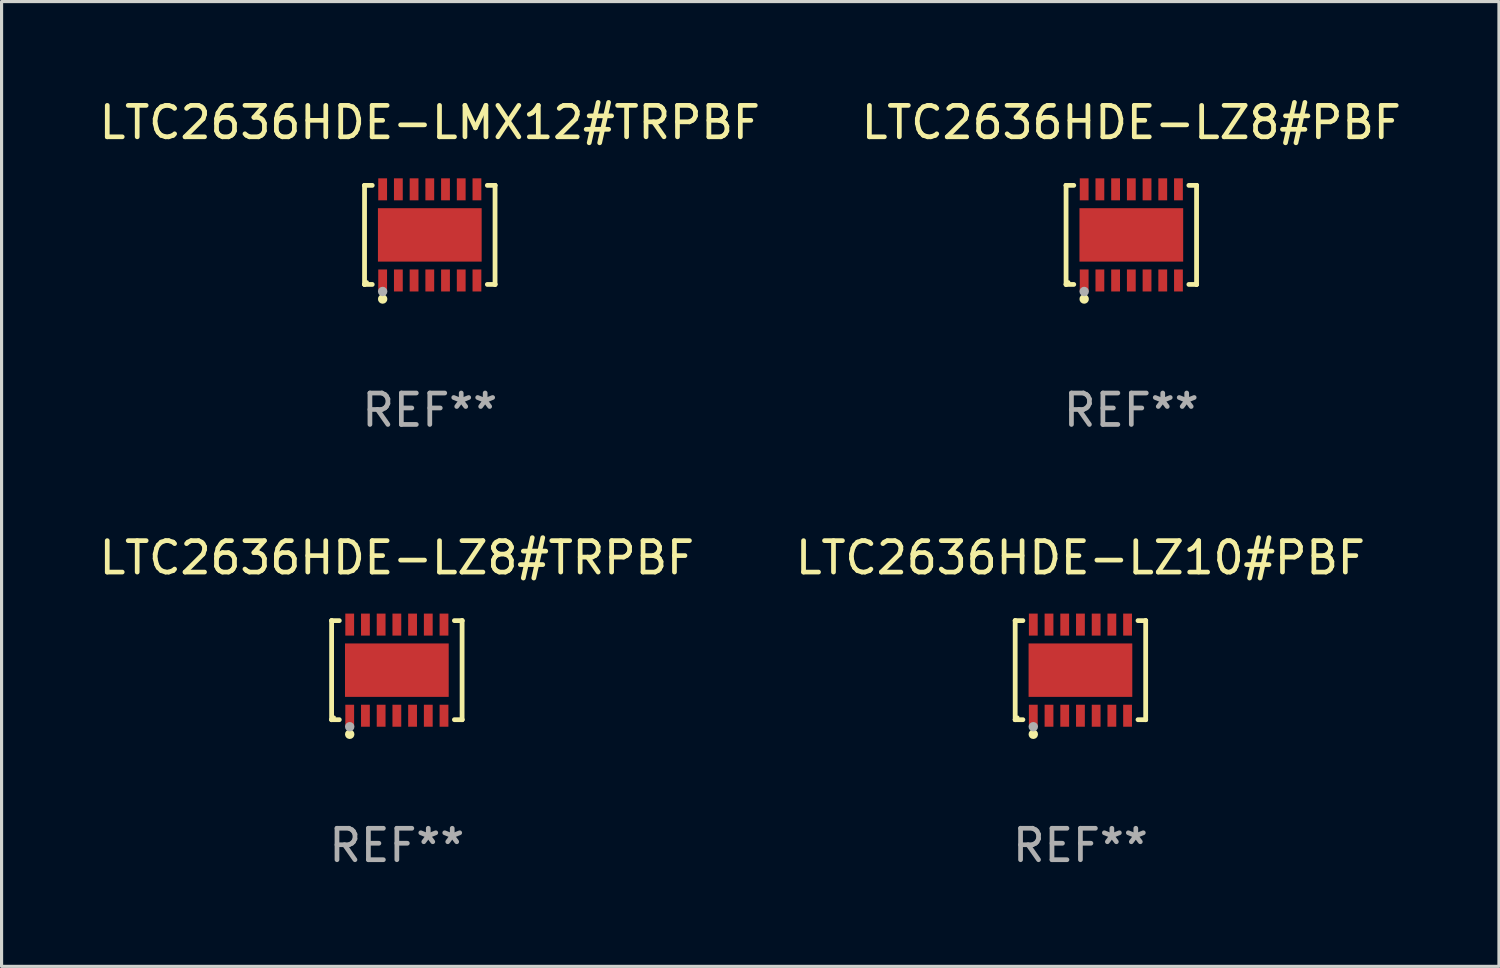
<source format=kicad_pcb>
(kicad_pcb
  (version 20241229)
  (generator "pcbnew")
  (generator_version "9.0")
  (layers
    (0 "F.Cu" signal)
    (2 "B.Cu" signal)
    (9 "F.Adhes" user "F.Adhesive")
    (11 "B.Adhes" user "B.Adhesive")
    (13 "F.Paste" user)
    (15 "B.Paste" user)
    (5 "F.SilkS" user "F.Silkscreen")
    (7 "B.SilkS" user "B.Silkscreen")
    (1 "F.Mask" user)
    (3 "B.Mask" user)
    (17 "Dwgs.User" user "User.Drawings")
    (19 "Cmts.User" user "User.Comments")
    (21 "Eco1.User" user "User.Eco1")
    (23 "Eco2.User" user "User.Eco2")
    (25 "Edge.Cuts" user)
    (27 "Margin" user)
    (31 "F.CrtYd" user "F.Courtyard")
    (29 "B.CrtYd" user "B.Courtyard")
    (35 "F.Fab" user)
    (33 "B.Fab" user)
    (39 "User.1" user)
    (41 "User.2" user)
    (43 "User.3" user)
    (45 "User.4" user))
  (footprint "LTC2636HDE-LZ8#TRPBF"
    (layer "F.Cu")
    (at 9.577 18.273)
    (property "Reference" "LTC2636HDE-LZ8#TRPBF" (at 0 -3.576 0) (layer "F.SilkS") (effects (font (size 1 1) (thickness 0.15))))
    (attr through_hole)
    (fp_line (start -2.076 -1.576) (end -2.076 -1.576) (stroke (width 0.152) (type solid)) (layer "F.SilkS"))
    (fp_line (start -2.076 -1.576) (end -1.831 -1.576) (stroke (width 0.152) (type solid)) (layer "F.SilkS"))
    (fp_line (start -2.076 1.576) (end -2.076 -1.576) (stroke (width 0.152) (type solid)) (layer "F.SilkS"))
    (fp_line (start -2.076 1.576) (end -2.076 1.576) (stroke (width 0.152) (type solid)) (layer "F.SilkS"))
    (fp_line (start -1.831 1.576) (end -2.076 1.576) (stroke (width 0.152) (type solid)) (layer "F.SilkS"))
    (fp_line (start 1.831 1.576) (end 2.076 1.576) (stroke (width 0.152) (type solid)) (layer "F.SilkS"))
    (fp_line (start 2.076 -1.576) (end 1.831 -1.576) (stroke (width 0.152) (type solid)) (layer "F.SilkS"))
    (fp_line (start 2.076 -1.576) (end 2.076 -1.576) (stroke (width 0.152) (type solid)) (layer "F.SilkS"))
    (fp_line (start 2.076 1.576) (end 2.076 -1.576) (stroke (width 0.152) (type solid)) (layer "F.SilkS"))
    (fp_line (start 2.076 1.576) (end 2.076 1.576) (stroke (width 0.152) (type solid)) (layer "F.SilkS"))
    (fp_circle (center -2 1.5) (end -1.97 1.5) (stroke (width 0.06) (type solid)) (fill no) (layer "F.SilkS"))
    (fp_circle (center -1.5 2.04) (end -1.425 2.04) (stroke (width 0.15) (type solid)) (fill no) (layer "F.SilkS"))
    (fp_circle (center -1.5 1.8) (end -1.425 1.8) (stroke (width 0.15) (type solid)) (fill no) (layer "F.Fab"))
    (fp_text user "REF**" (at 0 5.576 0) (layer "F.Fab") (effects (font (size 1 1) (thickness 0.15))))
    (pad "1" smd rect (at -1.5 1.45) (size 0.28 0.7) (layers "F.Cu" "F.Mask" "F.Paste"))
    (pad "2" smd rect (at -1 1.45) (size 0.28 0.7) (layers "F.Cu" "F.Mask" "F.Paste"))
    (pad "3" smd rect (at -0.5 1.45) (size 0.28 0.7) (layers "F.Cu" "F.Mask" "F.Paste"))
    (pad "4" smd rect (at 0 1.45) (size 0.28 0.7) (layers "F.Cu" "F.Mask" "F.Paste"))
    (pad "5" smd rect (at 0.5 1.45) (size 0.28 0.7) (layers "F.Cu" "F.Mask" "F.Paste"))
    (pad "6" smd rect (at 1 1.45) (size 0.28 0.7) (layers "F.Cu" "F.Mask" "F.Paste"))
    (pad "7" smd rect (at 1.5 1.45) (size 0.28 0.7) (layers "F.Cu" "F.Mask" "F.Paste"))
    (pad "8" smd rect (at 1.5 -1.45) (size 0.28 0.7) (layers "F.Cu" "F.Mask" "F.Paste"))
    (pad "9" smd rect (at 1 -1.45) (size 0.28 0.7) (layers "F.Cu" "F.Mask" "F.Paste"))
    (pad "10" smd rect (at 0.5 -1.45) (size 0.28 0.7) (layers "F.Cu" "F.Mask" "F.Paste"))
    (pad "11" smd rect (at 0 -1.45) (size 0.28 0.7) (layers "F.Cu" "F.Mask" "F.Paste"))
    (pad "12" smd rect (at -0.5 -1.45) (size 0.28 0.7) (layers "F.Cu" "F.Mask" "F.Paste"))
    (pad "13" smd rect (at -1 -1.45) (size 0.28 0.7) (layers "F.Cu" "F.Mask" "F.Paste"))
    (pad "14" smd rect (at -1.5 -1.45) (size 0.28 0.7) (layers "F.Cu" "F.Mask" "F.Paste"))
    (pad "15" smd rect (at 0 0) (size 3.3 1.7) (layers "F.Cu" "F.Mask" "F.Paste")))
  (footprint "LTC2636HDE-LZ8#PBF"
    (layer "F.Cu")
    (at 32.946 4.424)
    (property "Reference" "LTC2636HDE-LZ8#PBF" (at 0 -3.576 0) (layer "F.SilkS") (effects (font (size 1 1) (thickness 0.15))))
    (attr through_hole)
    (fp_line (start -2.076 -1.576) (end -2.076 -1.576) (stroke (width 0.152) (type solid)) (layer "F.SilkS"))
    (fp_line (start -2.076 -1.576) (end -1.831 -1.576) (stroke (width 0.152) (type solid)) (layer "F.SilkS"))
    (fp_line (start -2.076 1.576) (end -2.076 -1.576) (stroke (width 0.152) (type solid)) (layer "F.SilkS"))
    (fp_line (start -2.076 1.576) (end -2.076 1.576) (stroke (width 0.152) (type solid)) (layer "F.SilkS"))
    (fp_line (start -1.831 1.576) (end -2.076 1.576) (stroke (width 0.152) (type solid)) (layer "F.SilkS"))
    (fp_line (start 1.831 1.576) (end 2.076 1.576) (stroke (width 0.152) (type solid)) (layer "F.SilkS"))
    (fp_line (start 2.076 -1.576) (end 1.831 -1.576) (stroke (width 0.152) (type solid)) (layer "F.SilkS"))
    (fp_line (start 2.076 -1.576) (end 2.076 -1.576) (stroke (width 0.152) (type solid)) (layer "F.SilkS"))
    (fp_line (start 2.076 1.576) (end 2.076 -1.576) (stroke (width 0.152) (type solid)) (layer "F.SilkS"))
    (fp_line (start 2.076 1.576) (end 2.076 1.576) (stroke (width 0.152) (type solid)) (layer "F.SilkS"))
    (fp_circle (center -2 1.5) (end -1.97 1.5) (stroke (width 0.06) (type solid)) (fill no) (layer "F.SilkS"))
    (fp_circle (center -1.5 2.04) (end -1.425 2.04) (stroke (width 0.15) (type solid)) (fill no) (layer "F.SilkS"))
    (fp_circle (center -1.5 1.8) (end -1.425 1.8) (stroke (width 0.15) (type solid)) (fill no) (layer "F.Fab"))
    (fp_text user "REF**" (at 0 5.576 0) (layer "F.Fab") (effects (font (size 1 1) (thickness 0.15))))
    (pad "1" smd rect (at -1.5 1.45) (size 0.28 0.7) (layers "F.Cu" "F.Mask" "F.Paste"))
    (pad "2" smd rect (at -1 1.45) (size 0.28 0.7) (layers "F.Cu" "F.Mask" "F.Paste"))
    (pad "3" smd rect (at -0.5 1.45) (size 0.28 0.7) (layers "F.Cu" "F.Mask" "F.Paste"))
    (pad "4" smd rect (at 0 1.45) (size 0.28 0.7) (layers "F.Cu" "F.Mask" "F.Paste"))
    (pad "5" smd rect (at 0.5 1.45) (size 0.28 0.7) (layers "F.Cu" "F.Mask" "F.Paste"))
    (pad "6" smd rect (at 1 1.45) (size 0.28 0.7) (layers "F.Cu" "F.Mask" "F.Paste"))
    (pad "7" smd rect (at 1.5 1.45) (size 0.28 0.7) (layers "F.Cu" "F.Mask" "F.Paste"))
    (pad "8" smd rect (at 1.5 -1.45) (size 0.28 0.7) (layers "F.Cu" "F.Mask" "F.Paste"))
    (pad "9" smd rect (at 1 -1.45) (size 0.28 0.7) (layers "F.Cu" "F.Mask" "F.Paste"))
    (pad "10" smd rect (at 0.5 -1.45) (size 0.28 0.7) (layers "F.Cu" "F.Mask" "F.Paste"))
    (pad "11" smd rect (at 0 -1.45) (size 0.28 0.7) (layers "F.Cu" "F.Mask" "F.Paste"))
    (pad "12" smd rect (at -0.5 -1.45) (size 0.28 0.7) (layers "F.Cu" "F.Mask" "F.Paste"))
    (pad "13" smd rect (at -1 -1.45) (size 0.28 0.7) (layers "F.Cu" "F.Mask" "F.Paste"))
    (pad "14" smd rect (at -1.5 -1.45) (size 0.28 0.7) (layers "F.Cu" "F.Mask" "F.Paste"))
    (pad "15" smd rect (at 0 0) (size 3.3 1.7) (layers "F.Cu" "F.Mask" "F.Paste")))
  (footprint "LTC2636HDE-LZ10#PBF"
    (layer "F.Cu")
    (at 31.327 18.273)
    (property "Reference" "LTC2636HDE-LZ10#PBF" (at 0 -3.576 0) (layer "F.SilkS") (effects (font (size 1 1) (thickness 0.15))))
    (attr through_hole)
    (fp_line (start -2.076 -1.576) (end -2.076 -1.576) (stroke (width 0.152) (type solid)) (layer "F.SilkS"))
    (fp_line (start -2.076 -1.576) (end -1.831 -1.576) (stroke (width 0.152) (type solid)) (layer "F.SilkS"))
    (fp_line (start -2.076 1.576) (end -2.076 -1.576) (stroke (width 0.152) (type solid)) (layer "F.SilkS"))
    (fp_line (start -2.076 1.576) (end -2.076 1.576) (stroke (width 0.152) (type solid)) (layer "F.SilkS"))
    (fp_line (start -1.831 1.576) (end -2.076 1.576) (stroke (width 0.152) (type solid)) (layer "F.SilkS"))
    (fp_line (start 1.831 1.576) (end 2.076 1.576) (stroke (width 0.152) (type solid)) (layer "F.SilkS"))
    (fp_line (start 2.076 -1.576) (end 1.831 -1.576) (stroke (width 0.152) (type solid)) (layer "F.SilkS"))
    (fp_line (start 2.076 -1.576) (end 2.076 -1.576) (stroke (width 0.152) (type solid)) (layer "F.SilkS"))
    (fp_line (start 2.076 1.576) (end 2.076 -1.576) (stroke (width 0.152) (type solid)) (layer "F.SilkS"))
    (fp_line (start 2.076 1.576) (end 2.076 1.576) (stroke (width 0.152) (type solid)) (layer "F.SilkS"))
    (fp_circle (center -2 1.5) (end -1.97 1.5) (stroke (width 0.06) (type solid)) (fill no) (layer "F.SilkS"))
    (fp_circle (center -1.5 2.04) (end -1.425 2.04) (stroke (width 0.15) (type solid)) (fill no) (layer "F.SilkS"))
    (fp_circle (center -1.5 1.8) (end -1.425 1.8) (stroke (width 0.15) (type solid)) (fill no) (layer "F.Fab"))
    (fp_text user "REF**" (at 0 5.576 0) (layer "F.Fab") (effects (font (size 1 1) (thickness 0.15))))
    (pad "1" smd rect (at -1.5 1.45) (size 0.28 0.7) (layers "F.Cu" "F.Mask" "F.Paste"))
    (pad "2" smd rect (at -1 1.45) (size 0.28 0.7) (layers "F.Cu" "F.Mask" "F.Paste"))
    (pad "3" smd rect (at -0.5 1.45) (size 0.28 0.7) (layers "F.Cu" "F.Mask" "F.Paste"))
    (pad "4" smd rect (at 0 1.45) (size 0.28 0.7) (layers "F.Cu" "F.Mask" "F.Paste"))
    (pad "5" smd rect (at 0.5 1.45) (size 0.28 0.7) (layers "F.Cu" "F.Mask" "F.Paste"))
    (pad "6" smd rect (at 1 1.45) (size 0.28 0.7) (layers "F.Cu" "F.Mask" "F.Paste"))
    (pad "7" smd rect (at 1.5 1.45) (size 0.28 0.7) (layers "F.Cu" "F.Mask" "F.Paste"))
    (pad "8" smd rect (at 1.5 -1.45) (size 0.28 0.7) (layers "F.Cu" "F.Mask" "F.Paste"))
    (pad "9" smd rect (at 1 -1.45) (size 0.28 0.7) (layers "F.Cu" "F.Mask" "F.Paste"))
    (pad "10" smd rect (at 0.5 -1.45) (size 0.28 0.7) (layers "F.Cu" "F.Mask" "F.Paste"))
    (pad "11" smd rect (at 0 -1.45) (size 0.28 0.7) (layers "F.Cu" "F.Mask" "F.Paste"))
    (pad "12" smd rect (at -0.5 -1.45) (size 0.28 0.7) (layers "F.Cu" "F.Mask" "F.Paste"))
    (pad "13" smd rect (at -1 -1.45) (size 0.28 0.7) (layers "F.Cu" "F.Mask" "F.Paste"))
    (pad "14" smd rect (at -1.5 -1.45) (size 0.28 0.7) (layers "F.Cu" "F.Mask" "F.Paste"))
    (pad "15" smd rect (at 0 0) (size 3.3 1.7) (layers "F.Cu" "F.Mask" "F.Paste")))
  (footprint "LTC2636HDE-LMX12#TRPBF"
    (layer "F.Cu")
    (at 10.625 4.424)
    (property "Reference" "LTC2636HDE-LMX12#TRPBF" (at 0 -3.576 0) (layer "F.SilkS") (effects (font (size 1 1) (thickness 0.15))))
    (attr through_hole)
    (fp_line (start -2.076 -1.576) (end -2.076 -1.576) (stroke (width 0.152) (type solid)) (layer "F.SilkS"))
    (fp_line (start -2.076 -1.576) (end -1.831 -1.576) (stroke (width 0.152) (type solid)) (layer "F.SilkS"))
    (fp_line (start -2.076 1.576) (end -2.076 -1.576) (stroke (width 0.152) (type solid)) (layer "F.SilkS"))
    (fp_line (start -2.076 1.576) (end -2.076 1.576) (stroke (width 0.152) (type solid)) (layer "F.SilkS"))
    (fp_line (start -1.831 1.576) (end -2.076 1.576) (stroke (width 0.152) (type solid)) (layer "F.SilkS"))
    (fp_line (start 1.831 1.576) (end 2.076 1.576) (stroke (width 0.152) (type solid)) (layer "F.SilkS"))
    (fp_line (start 2.076 -1.576) (end 1.831 -1.576) (stroke (width 0.152) (type solid)) (layer "F.SilkS"))
    (fp_line (start 2.076 -1.576) (end 2.076 -1.576) (stroke (width 0.152) (type solid)) (layer "F.SilkS"))
    (fp_line (start 2.076 1.576) (end 2.076 -1.576) (stroke (width 0.152) (type solid)) (layer "F.SilkS"))
    (fp_line (start 2.076 1.576) (end 2.076 1.576) (stroke (width 0.152) (type solid)) (layer "F.SilkS"))
    (fp_circle (center -2 1.5) (end -1.97 1.5) (stroke (width 0.06) (type solid)) (fill no) (layer "F.SilkS"))
    (fp_circle (center -1.5 2.04) (end -1.425 2.04) (stroke (width 0.15) (type solid)) (fill no) (layer "F.SilkS"))
    (fp_circle (center -1.5 1.8) (end -1.425 1.8) (stroke (width 0.15) (type solid)) (fill no) (layer "F.Fab"))
    (fp_text user "REF**" (at 0 5.576 0) (layer "F.Fab") (effects (font (size 1 1) (thickness 0.15))))
    (pad "1" smd rect (at -1.5 1.45) (size 0.28 0.7) (layers "F.Cu" "F.Mask" "F.Paste"))
    (pad "2" smd rect (at -1 1.45) (size 0.28 0.7) (layers "F.Cu" "F.Mask" "F.Paste"))
    (pad "3" smd rect (at -0.5 1.45) (size 0.28 0.7) (layers "F.Cu" "F.Mask" "F.Paste"))
    (pad "4" smd rect (at 0 1.45) (size 0.28 0.7) (layers "F.Cu" "F.Mask" "F.Paste"))
    (pad "5" smd rect (at 0.5 1.45) (size 0.28 0.7) (layers "F.Cu" "F.Mask" "F.Paste"))
    (pad "6" smd rect (at 1 1.45) (size 0.28 0.7) (layers "F.Cu" "F.Mask" "F.Paste"))
    (pad "7" smd rect (at 1.5 1.45) (size 0.28 0.7) (layers "F.Cu" "F.Mask" "F.Paste"))
    (pad "8" smd rect (at 1.5 -1.45) (size 0.28 0.7) (layers "F.Cu" "F.Mask" "F.Paste"))
    (pad "9" smd rect (at 1 -1.45) (size 0.28 0.7) (layers "F.Cu" "F.Mask" "F.Paste"))
    (pad "10" smd rect (at 0.5 -1.45) (size 0.28 0.7) (layers "F.Cu" "F.Mask" "F.Paste"))
    (pad "11" smd rect (at 0 -1.45) (size 0.28 0.7) (layers "F.Cu" "F.Mask" "F.Paste"))
    (pad "12" smd rect (at -0.5 -1.45) (size 0.28 0.7) (layers "F.Cu" "F.Mask" "F.Paste"))
    (pad "13" smd rect (at -1 -1.45) (size 0.28 0.7) (layers "F.Cu" "F.Mask" "F.Paste"))
    (pad "14" smd rect (at -1.5 -1.45) (size 0.28 0.7) (layers "F.Cu" "F.Mask" "F.Paste"))
    (pad "15" smd rect (at 0 0) (size 3.3 1.7) (layers "F.Cu" "F.Mask" "F.Paste")))
  (gr_rect
    (start -3 -3)
    (end 44.643 27.698)
    (stroke (width 0.1) (type default))
    (fill no)
    (layer "Edge.Cuts")))
</source>
